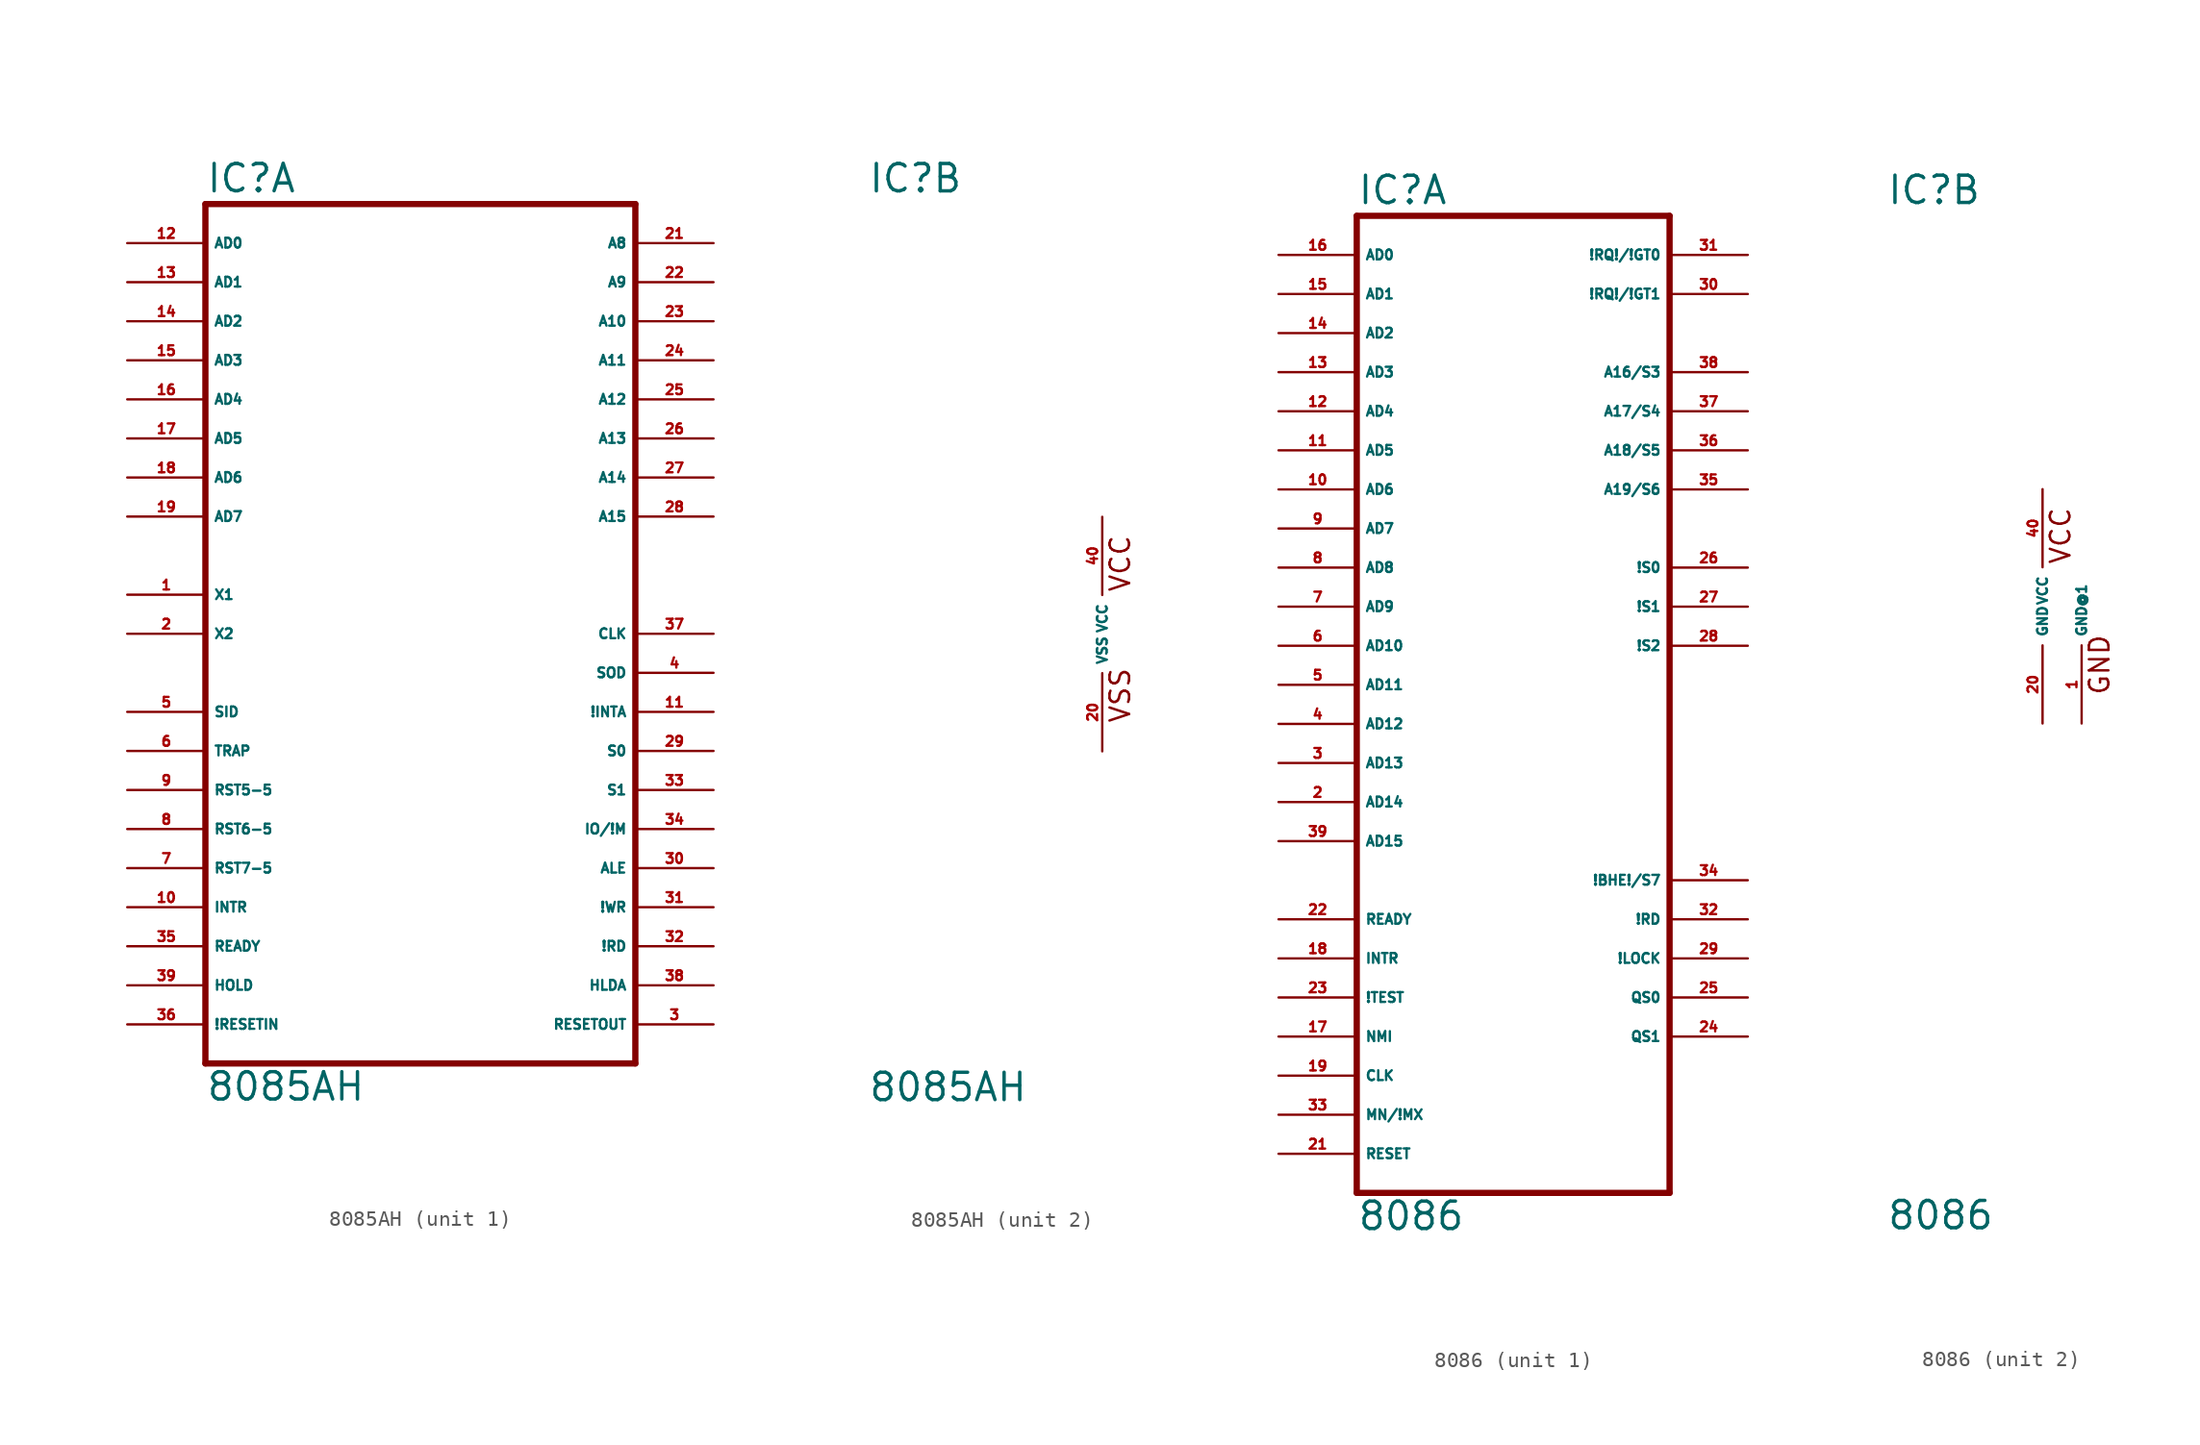
<source format=kicad_sym>
(kicad_symbol_lib
  (version 20220914)
  (generator Eagle2Kicad)
  (symbol "8085AH"
    (property "Reference" "IC"
      (at -15.24 28.575 0)
      (effects (font (size 1.778 1.778) (thickness 0.22)) (justify left bottom)))
    (property "Value" "8085AH"
      (at -15.24 -30.48 0)
      (effects (font (size 1.778 1.778) (thickness 0.22)) (justify left bottom)))
    (symbol "8085AH_1_0"
      (polyline (pts (xy -15.24 27.94) (xy 12.7 27.94)) (stroke (width 0.406) (type default)) (fill (type none)))
      (polyline (pts (xy 12.7 27.94) (xy 12.7 -27.94)) (stroke (width 0.406) (type default)) (fill (type none)))
      (polyline (pts (xy 12.7 -27.94) (xy -15.24 -27.94)) (stroke (width 0.406) (type default)) (fill (type none)))
      (polyline (pts (xy -15.24 -27.94) (xy -15.24 27.94)) (stroke (width 0.406) (type default)) (fill (type none)))
      (pin bidirectional line (at -20.32 25.4 0) (length 5.08) (name "AD0" (effects (font (size 0.635 0.635) (thickness 0.08)) (justify left bottom))) (number "12" (effects (font (size 0.635 0.635) (thickness 0.08)) (justify left bottom))))
      (pin bidirectional line (at -20.32 22.86 0) (length 5.08) (name "AD1" (effects (font (size 0.635 0.635) (thickness 0.08)) (justify left bottom))) (number "13" (effects (font (size 0.635 0.635) (thickness 0.08)) (justify left bottom))))
      (pin bidirectional line (at -20.32 20.32 0) (length 5.08) (name "AD2" (effects (font (size 0.635 0.635) (thickness 0.08)) (justify left bottom))) (number "14" (effects (font (size 0.635 0.635) (thickness 0.08)) (justify left bottom))))
      (pin bidirectional line (at -20.32 17.78 0) (length 5.08) (name "AD3" (effects (font (size 0.635 0.635) (thickness 0.08)) (justify left bottom))) (number "15" (effects (font (size 0.635 0.635) (thickness 0.08)) (justify left bottom))))
      (pin bidirectional line (at -20.32 15.24 0) (length 5.08) (name "AD4" (effects (font (size 0.635 0.635) (thickness 0.08)) (justify left bottom))) (number "16" (effects (font (size 0.635 0.635) (thickness 0.08)) (justify left bottom))))
      (pin bidirectional line (at -20.32 12.7 0) (length 5.08) (name "AD5" (effects (font (size 0.635 0.635) (thickness 0.08)) (justify left bottom))) (number "17" (effects (font (size 0.635 0.635) (thickness 0.08)) (justify left bottom))))
      (pin bidirectional line (at -20.32 10.16 0) (length 5.08) (name "AD6" (effects (font (size 0.635 0.635) (thickness 0.08)) (justify left bottom))) (number "18" (effects (font (size 0.635 0.635) (thickness 0.08)) (justify left bottom))))
      (pin bidirectional line (at -20.32 7.62 0) (length 5.08) (name "AD7" (effects (font (size 0.635 0.635) (thickness 0.08)) (justify left bottom))) (number "19" (effects (font (size 0.635 0.635) (thickness 0.08)) (justify left bottom))))
      (pin input line (at -20.32 2.54 0) (length 5.08) (name "X1" (effects (font (size 0.635 0.635) (thickness 0.08)) (justify left bottom))) (number "1" (effects (font (size 0.635 0.635) (thickness 0.08)) (justify left bottom))))
      (pin input line (at -20.32 0 0) (length 5.08) (name "X2" (effects (font (size 0.635 0.635) (thickness 0.08)) (justify left bottom))) (number "2" (effects (font (size 0.635 0.635) (thickness 0.08)) (justify left bottom))))
      (pin input line (at -20.32 -5.08 0) (length 5.08) (name "SID" (effects (font (size 0.635 0.635) (thickness 0.08)) (justify left bottom))) (number "5" (effects (font (size 0.635 0.635) (thickness 0.08)) (justify left bottom))))
      (pin input line (at -20.32 -7.62 0) (length 5.08) (name "TRAP" (effects (font (size 0.635 0.635) (thickness 0.08)) (justify left bottom))) (number "6" (effects (font (size 0.635 0.635) (thickness 0.08)) (justify left bottom))))
      (pin input line (at -20.32 -10.16 0) (length 5.08) (name "RST5-5" (effects (font (size 0.635 0.635) (thickness 0.08)) (justify left bottom))) (number "9" (effects (font (size 0.635 0.635) (thickness 0.08)) (justify left bottom))))
      (pin input line (at -20.32 -12.7 0) (length 5.08) (name "RST6-5" (effects (font (size 0.635 0.635) (thickness 0.08)) (justify left bottom))) (number "8" (effects (font (size 0.635 0.635) (thickness 0.08)) (justify left bottom))))
      (pin input line (at -20.32 -15.24 0) (length 5.08) (name "RST7-5" (effects (font (size 0.635 0.635) (thickness 0.08)) (justify left bottom))) (number "7" (effects (font (size 0.635 0.635) (thickness 0.08)) (justify left bottom))))
      (pin input line (at -20.32 -17.78 0) (length 5.08) (name "INTR" (effects (font (size 0.635 0.635) (thickness 0.08)) (justify left bottom))) (number "10" (effects (font (size 0.635 0.635) (thickness 0.08)) (justify left bottom))))
      (pin input line (at -20.32 -20.32 0) (length 5.08) (name "READY" (effects (font (size 0.635 0.635) (thickness 0.08)) (justify left bottom))) (number "35" (effects (font (size 0.635 0.635) (thickness 0.08)) (justify left bottom))))
      (pin input line (at -20.32 -25.4 0) (length 5.08) (name "!RESETIN" (effects (font (size 0.635 0.635) (thickness 0.08)) (justify left bottom))) (number "36" (effects (font (size 0.635 0.635) (thickness 0.08)) (justify left bottom))))
      (pin input line (at -20.32 -22.86 0) (length 5.08) (name "HOLD" (effects (font (size 0.635 0.635) (thickness 0.08)) (justify left bottom))) (number "39" (effects (font (size 0.635 0.635) (thickness 0.08)) (justify left bottom))))
      (pin output line (at 17.78 -25.4 180) (length 5.08) (name "RESETOUT" (effects (font (size 0.635 0.635) (thickness 0.08)) (justify left bottom))) (number "3" (effects (font (size 0.635 0.635) (thickness 0.08)) (justify left bottom))))
      (pin output line (at 17.78 -2.54 180) (length 5.08) (name "SOD" (effects (font (size 0.635 0.635) (thickness 0.08)) (justify left bottom))) (number "4" (effects (font (size 0.635 0.635) (thickness 0.08)) (justify left bottom))))
      (pin output line (at 17.78 -5.08 180) (length 5.08) (name "!INTA" (effects (font (size 0.635 0.635) (thickness 0.08)) (justify left bottom))) (number "11" (effects (font (size 0.635 0.635) (thickness 0.08)) (justify left bottom))))
      (pin output line (at 17.78 25.4 180) (length 5.08) (name "A8" (effects (font (size 0.635 0.635) (thickness 0.08)) (justify left bottom))) (number "21" (effects (font (size 0.635 0.635) (thickness 0.08)) (justify left bottom))))
      (pin output line (at 17.78 22.86 180) (length 5.08) (name "A9" (effects (font (size 0.635 0.635) (thickness 0.08)) (justify left bottom))) (number "22" (effects (font (size 0.635 0.635) (thickness 0.08)) (justify left bottom))))
      (pin output line (at 17.78 20.32 180) (length 5.08) (name "A10" (effects (font (size 0.635 0.635) (thickness 0.08)) (justify left bottom))) (number "23" (effects (font (size 0.635 0.635) (thickness 0.08)) (justify left bottom))))
      (pin output line (at 17.78 17.78 180) (length 5.08) (name "A11" (effects (font (size 0.635 0.635) (thickness 0.08)) (justify left bottom))) (number "24" (effects (font (size 0.635 0.635) (thickness 0.08)) (justify left bottom))))
      (pin output line (at 17.78 15.24 180) (length 5.08) (name "A12" (effects (font (size 0.635 0.635) (thickness 0.08)) (justify left bottom))) (number "25" (effects (font (size 0.635 0.635) (thickness 0.08)) (justify left bottom))))
      (pin output line (at 17.78 12.7 180) (length 5.08) (name "A13" (effects (font (size 0.635 0.635) (thickness 0.08)) (justify left bottom))) (number "26" (effects (font (size 0.635 0.635) (thickness 0.08)) (justify left bottom))))
      (pin output line (at 17.78 10.16 180) (length 5.08) (name "A14" (effects (font (size 0.635 0.635) (thickness 0.08)) (justify left bottom))) (number "27" (effects (font (size 0.635 0.635) (thickness 0.08)) (justify left bottom))))
      (pin output line (at 17.78 7.62 180) (length 5.08) (name "A15" (effects (font (size 0.635 0.635) (thickness 0.08)) (justify left bottom))) (number "28" (effects (font (size 0.635 0.635) (thickness 0.08)) (justify left bottom))))
      (pin output line (at 17.78 -7.62 180) (length 5.08) (name "S0" (effects (font (size 0.635 0.635) (thickness 0.08)) (justify left bottom))) (number "29" (effects (font (size 0.635 0.635) (thickness 0.08)) (justify left bottom))))
      (pin output line (at 17.78 -10.16 180) (length 5.08) (name "S1" (effects (font (size 0.635 0.635) (thickness 0.08)) (justify left bottom))) (number "33" (effects (font (size 0.635 0.635) (thickness 0.08)) (justify left bottom))))
      (pin output line (at 17.78 -12.7 180) (length 5.08) (name "IO/!M" (effects (font (size 0.635 0.635) (thickness 0.08)) (justify left bottom))) (number "34" (effects (font (size 0.635 0.635) (thickness 0.08)) (justify left bottom))))
      (pin output line (at 17.78 -15.24 180) (length 5.08) (name "ALE" (effects (font (size 0.635 0.635) (thickness 0.08)) (justify left bottom))) (number "30" (effects (font (size 0.635 0.635) (thickness 0.08)) (justify left bottom))))
      (pin output line (at 17.78 -17.78 180) (length 5.08) (name "!WR" (effects (font (size 0.635 0.635) (thickness 0.08)) (justify left bottom))) (number "31" (effects (font (size 0.635 0.635) (thickness 0.08)) (justify left bottom))))
      (pin output line (at 17.78 -20.32 180) (length 5.08) (name "!RD" (effects (font (size 0.635 0.635) (thickness 0.08)) (justify left bottom))) (number "32" (effects (font (size 0.635 0.635) (thickness 0.08)) (justify left bottom))))
      (pin output line (at 17.78 0 180) (length 5.08) (name "CLK" (effects (font (size 0.635 0.635) (thickness 0.08)) (justify left bottom))) (number "37" (effects (font (size 0.635 0.635) (thickness 0.08)) (justify left bottom))))
      (pin output line (at 17.78 -22.86 180) (length 5.08) (name "HLDA" (effects (font (size 0.635 0.635) (thickness 0.08)) (justify left bottom))) (number "38" (effects (font (size 0.635 0.635) (thickness 0.08)) (justify left bottom)))))
    (symbol "8085AH_2_0"
      (text "VSS" (at 1.905 -5.842 900) (effects (font (size 1.27 1.27) (thickness 0.16)) (justify left bottom)))
      (text "VCC" (at 1.905 2.667 900) (effects (font (size 1.27 1.27) (thickness 0.16)) (justify left bottom)))
      (pin unspecified line (at 0 7.62 270) (length 5.08) (name "VCC" (effects (font (size 0.635 0.635) (thickness 0.08)) (justify left bottom))) (number "40" (effects (font (size 0.635 0.635) (thickness 0.08)) (justify left bottom))))
      (pin unspecified line (at 0 -7.62 90) (length 5.08) (name "VSS" (effects (font (size 0.635 0.635) (thickness 0.08)) (justify left bottom))) (number "20" (effects (font (size 0.635 0.635) (thickness 0.08)) (justify left bottom))))))
  (symbol "8086"
    (property "Reference" "IC"
      (at -10.16 26.035 0)
      (effects (font (size 1.778 1.778) (thickness 0.22)) (justify left bottom)))
    (property "Value" "8086"
      (at -10.16 -40.64 0)
      (effects (font (size 1.778 1.778) (thickness 0.22)) (justify left bottom)))
    (symbol "8086_1_0"
      (polyline (pts (xy -10.16 25.4) (xy 10.16 25.4)) (stroke (width 0.406) (type default)) (fill (type none)))
      (polyline (pts (xy 10.16 25.4) (xy 10.16 -38.1)) (stroke (width 0.406) (type default)) (fill (type none)))
      (polyline (pts (xy 10.16 -38.1) (xy -10.16 -38.1)) (stroke (width 0.406) (type default)) (fill (type none)))
      (polyline (pts (xy -10.16 -38.1) (xy -10.16 25.4)) (stroke (width 0.406) (type default)) (fill (type none)))
      (pin bidirectional line (at -15.24 22.86 0) (length 5.08) (name "AD0" (effects (font (size 0.635 0.635) (thickness 0.08)) (justify left bottom))) (number "16" (effects (font (size 0.635 0.635) (thickness 0.08)) (justify left bottom))))
      (pin bidirectional line (at -15.24 20.32 0) (length 5.08) (name "AD1" (effects (font (size 0.635 0.635) (thickness 0.08)) (justify left bottom))) (number "15" (effects (font (size 0.635 0.635) (thickness 0.08)) (justify left bottom))))
      (pin bidirectional line (at -15.24 17.78 0) (length 5.08) (name "AD2" (effects (font (size 0.635 0.635) (thickness 0.08)) (justify left bottom))) (number "14" (effects (font (size 0.635 0.635) (thickness 0.08)) (justify left bottom))))
      (pin bidirectional line (at -15.24 15.24 0) (length 5.08) (name "AD3" (effects (font (size 0.635 0.635) (thickness 0.08)) (justify left bottom))) (number "13" (effects (font (size 0.635 0.635) (thickness 0.08)) (justify left bottom))))
      (pin bidirectional line (at -15.24 12.7 0) (length 5.08) (name "AD4" (effects (font (size 0.635 0.635) (thickness 0.08)) (justify left bottom))) (number "12" (effects (font (size 0.635 0.635) (thickness 0.08)) (justify left bottom))))
      (pin bidirectional line (at -15.24 10.16 0) (length 5.08) (name "AD5" (effects (font (size 0.635 0.635) (thickness 0.08)) (justify left bottom))) (number "11" (effects (font (size 0.635 0.635) (thickness 0.08)) (justify left bottom))))
      (pin bidirectional line (at -15.24 7.62 0) (length 5.08) (name "AD6" (effects (font (size 0.635 0.635) (thickness 0.08)) (justify left bottom))) (number "10" (effects (font (size 0.635 0.635) (thickness 0.08)) (justify left bottom))))
      (pin bidirectional line (at -15.24 5.08 0) (length 5.08) (name "AD7" (effects (font (size 0.635 0.635) (thickness 0.08)) (justify left bottom))) (number "9" (effects (font (size 0.635 0.635) (thickness 0.08)) (justify left bottom))))
      (pin bidirectional line (at -15.24 2.54 0) (length 5.08) (name "AD8" (effects (font (size 0.635 0.635) (thickness 0.08)) (justify left bottom))) (number "8" (effects (font (size 0.635 0.635) (thickness 0.08)) (justify left bottom))))
      (pin bidirectional line (at -15.24 0 0) (length 5.08) (name "AD9" (effects (font (size 0.635 0.635) (thickness 0.08)) (justify left bottom))) (number "7" (effects (font (size 0.635 0.635) (thickness 0.08)) (justify left bottom))))
      (pin bidirectional line (at -15.24 -2.54 0) (length 5.08) (name "AD10" (effects (font (size 0.635 0.635) (thickness 0.08)) (justify left bottom))) (number "6" (effects (font (size 0.635 0.635) (thickness 0.08)) (justify left bottom))))
      (pin bidirectional line (at -15.24 -5.08 0) (length 5.08) (name "AD11" (effects (font (size 0.635 0.635) (thickness 0.08)) (justify left bottom))) (number "5" (effects (font (size 0.635 0.635) (thickness 0.08)) (justify left bottom))))
      (pin bidirectional line (at -15.24 -7.62 0) (length 5.08) (name "AD12" (effects (font (size 0.635 0.635) (thickness 0.08)) (justify left bottom))) (number "4" (effects (font (size 0.635 0.635) (thickness 0.08)) (justify left bottom))))
      (pin bidirectional line (at -15.24 -10.16 0) (length 5.08) (name "AD13" (effects (font (size 0.635 0.635) (thickness 0.08)) (justify left bottom))) (number "3" (effects (font (size 0.635 0.635) (thickness 0.08)) (justify left bottom))))
      (pin bidirectional line (at -15.24 -12.7 0) (length 5.08) (name "AD14" (effects (font (size 0.635 0.635) (thickness 0.08)) (justify left bottom))) (number "2" (effects (font (size 0.635 0.635) (thickness 0.08)) (justify left bottom))))
      (pin bidirectional line (at -15.24 -15.24 0) (length 5.08) (name "AD15" (effects (font (size 0.635 0.635) (thickness 0.08)) (justify left bottom))) (number "39" (effects (font (size 0.635 0.635) (thickness 0.08)) (justify left bottom))))
      (pin output line (at 15.24 15.24 180) (length 5.08) (name "A16/S3" (effects (font (size 0.635 0.635) (thickness 0.08)) (justify left bottom))) (number "38" (effects (font (size 0.635 0.635) (thickness 0.08)) (justify left bottom))))
      (pin output line (at 15.24 12.7 180) (length 5.08) (name "A17/S4" (effects (font (size 0.635 0.635) (thickness 0.08)) (justify left bottom))) (number "37" (effects (font (size 0.635 0.635) (thickness 0.08)) (justify left bottom))))
      (pin output line (at 15.24 10.16 180) (length 5.08) (name "A18/S5" (effects (font (size 0.635 0.635) (thickness 0.08)) (justify left bottom))) (number "36" (effects (font (size 0.635 0.635) (thickness 0.08)) (justify left bottom))))
      (pin output line (at 15.24 7.62 180) (length 5.08) (name "A19/S6" (effects (font (size 0.635 0.635) (thickness 0.08)) (justify left bottom))) (number "35" (effects (font (size 0.635 0.635) (thickness 0.08)) (justify left bottom))))
      (pin output line (at 15.24 2.54 180) (length 5.08) (name "!S0" (effects (font (size 0.635 0.635) (thickness 0.08)) (justify left bottom))) (number "26" (effects (font (size 0.635 0.635) (thickness 0.08)) (justify left bottom))))
      (pin output line (at 15.24 0 180) (length 5.08) (name "!S1" (effects (font (size 0.635 0.635) (thickness 0.08)) (justify left bottom))) (number "27" (effects (font (size 0.635 0.635) (thickness 0.08)) (justify left bottom))))
      (pin output line (at 15.24 -2.54 180) (length 5.08) (name "!S2" (effects (font (size 0.635 0.635) (thickness 0.08)) (justify left bottom))) (number "28" (effects (font (size 0.635 0.635) (thickness 0.08)) (justify left bottom))))
      (pin input line (at -15.24 -20.32 0) (length 5.08) (name "READY" (effects (font (size 0.635 0.635) (thickness 0.08)) (justify left bottom))) (number "22" (effects (font (size 0.635 0.635) (thickness 0.08)) (justify left bottom))))
      (pin input line (at -15.24 -22.86 0) (length 5.08) (name "INTR" (effects (font (size 0.635 0.635) (thickness 0.08)) (justify left bottom))) (number "18" (effects (font (size 0.635 0.635) (thickness 0.08)) (justify left bottom))))
      (pin input line (at -15.24 -25.4 0) (length 5.08) (name "!TEST" (effects (font (size 0.635 0.635) (thickness 0.08)) (justify left bottom))) (number "23" (effects (font (size 0.635 0.635) (thickness 0.08)) (justify left bottom))))
      (pin input line (at -15.24 -27.94 0) (length 5.08) (name "NMI" (effects (font (size 0.635 0.635) (thickness 0.08)) (justify left bottom))) (number "17" (effects (font (size 0.635 0.635) (thickness 0.08)) (justify left bottom))))
      (pin input line (at -15.24 -35.56 0) (length 5.08) (name "RESET" (effects (font (size 0.635 0.635) (thickness 0.08)) (justify left bottom))) (number "21" (effects (font (size 0.635 0.635) (thickness 0.08)) (justify left bottom))))
      (pin input line (at -15.24 -30.48 0) (length 5.08) (name "CLK" (effects (font (size 0.635 0.635) (thickness 0.08)) (justify left bottom))) (number "19" (effects (font (size 0.635 0.635) (thickness 0.08)) (justify left bottom))))
      (pin input line (at -15.24 -33.02 0) (length 5.08) (name "MN/!MX" (effects (font (size 0.635 0.635) (thickness 0.08)) (justify left bottom))) (number "33" (effects (font (size 0.635 0.635) (thickness 0.08)) (justify left bottom))))
      (pin output line (at 15.24 -17.78 180) (length 5.08) (name "!BHE!/S7" (effects (font (size 0.635 0.635) (thickness 0.08)) (justify left bottom))) (number "34" (effects (font (size 0.635 0.635) (thickness 0.08)) (justify left bottom))))
      (pin output line (at 15.24 -20.32 180) (length 5.08) (name "!RD" (effects (font (size 0.635 0.635) (thickness 0.08)) (justify left bottom))) (number "32" (effects (font (size 0.635 0.635) (thickness 0.08)) (justify left bottom))))
      (pin output line (at 15.24 -22.86 180) (length 5.08) (name "!LOCK" (effects (font (size 0.635 0.635) (thickness 0.08)) (justify left bottom))) (number "29" (effects (font (size 0.635 0.635) (thickness 0.08)) (justify left bottom))))
      (pin output line (at 15.24 -25.4 180) (length 5.08) (name "QS0" (effects (font (size 0.635 0.635) (thickness 0.08)) (justify left bottom))) (number "25" (effects (font (size 0.635 0.635) (thickness 0.08)) (justify left bottom))))
      (pin output line (at 15.24 -27.94 180) (length 5.08) (name "QS1" (effects (font (size 0.635 0.635) (thickness 0.08)) (justify left bottom))) (number "24" (effects (font (size 0.635 0.635) (thickness 0.08)) (justify left bottom))))
      (pin bidirectional line (at 15.24 22.86 180) (length 5.08) (name "!RQ!/!GT0" (effects (font (size 0.635 0.635) (thickness 0.08)) (justify left bottom))) (number "31" (effects (font (size 0.635 0.635) (thickness 0.08)) (justify left bottom))))
      (pin bidirectional line (at 15.24 20.32 180) (length 5.08) (name "!RQ!/!GT1" (effects (font (size 0.635 0.635) (thickness 0.08)) (justify left bottom))) (number "30" (effects (font (size 0.635 0.635) (thickness 0.08)) (justify left bottom)))))
    (symbol "8086_2_0"
      (text "VCC" (at 1.905 2.667 900) (effects (font (size 1.27 1.27) (thickness 0.16)) (justify left bottom)))
      (text "GND" (at 4.445 -5.842 900) (effects (font (size 1.27 1.27) (thickness 0.16)) (justify left bottom)))
      (pin unspecified line (at 0 7.62 270) (length 5.08) (name "VCC" (effects (font (size 0.635 0.635) (thickness 0.08)) (justify left bottom))) (number "40" (effects (font (size 0.635 0.635) (thickness 0.08)) (justify left bottom))))
      (pin unspecified line (at 2.54 -7.62 90) (length 5.08) (name "GND@1" (effects (font (size 0.635 0.635) (thickness 0.08)) (justify left bottom))) (number "1" (effects (font (size 0.635 0.635) (thickness 0.08)) (justify left bottom))))
      (pin unspecified line (at 0 -7.62 90) (length 5.08) (name "GND" (effects (font (size 0.635 0.635) (thickness 0.08)) (justify left bottom))) (number "20" (effects (font (size 0.635 0.635) (thickness 0.08)) (justify left bottom)))))))
</source>
